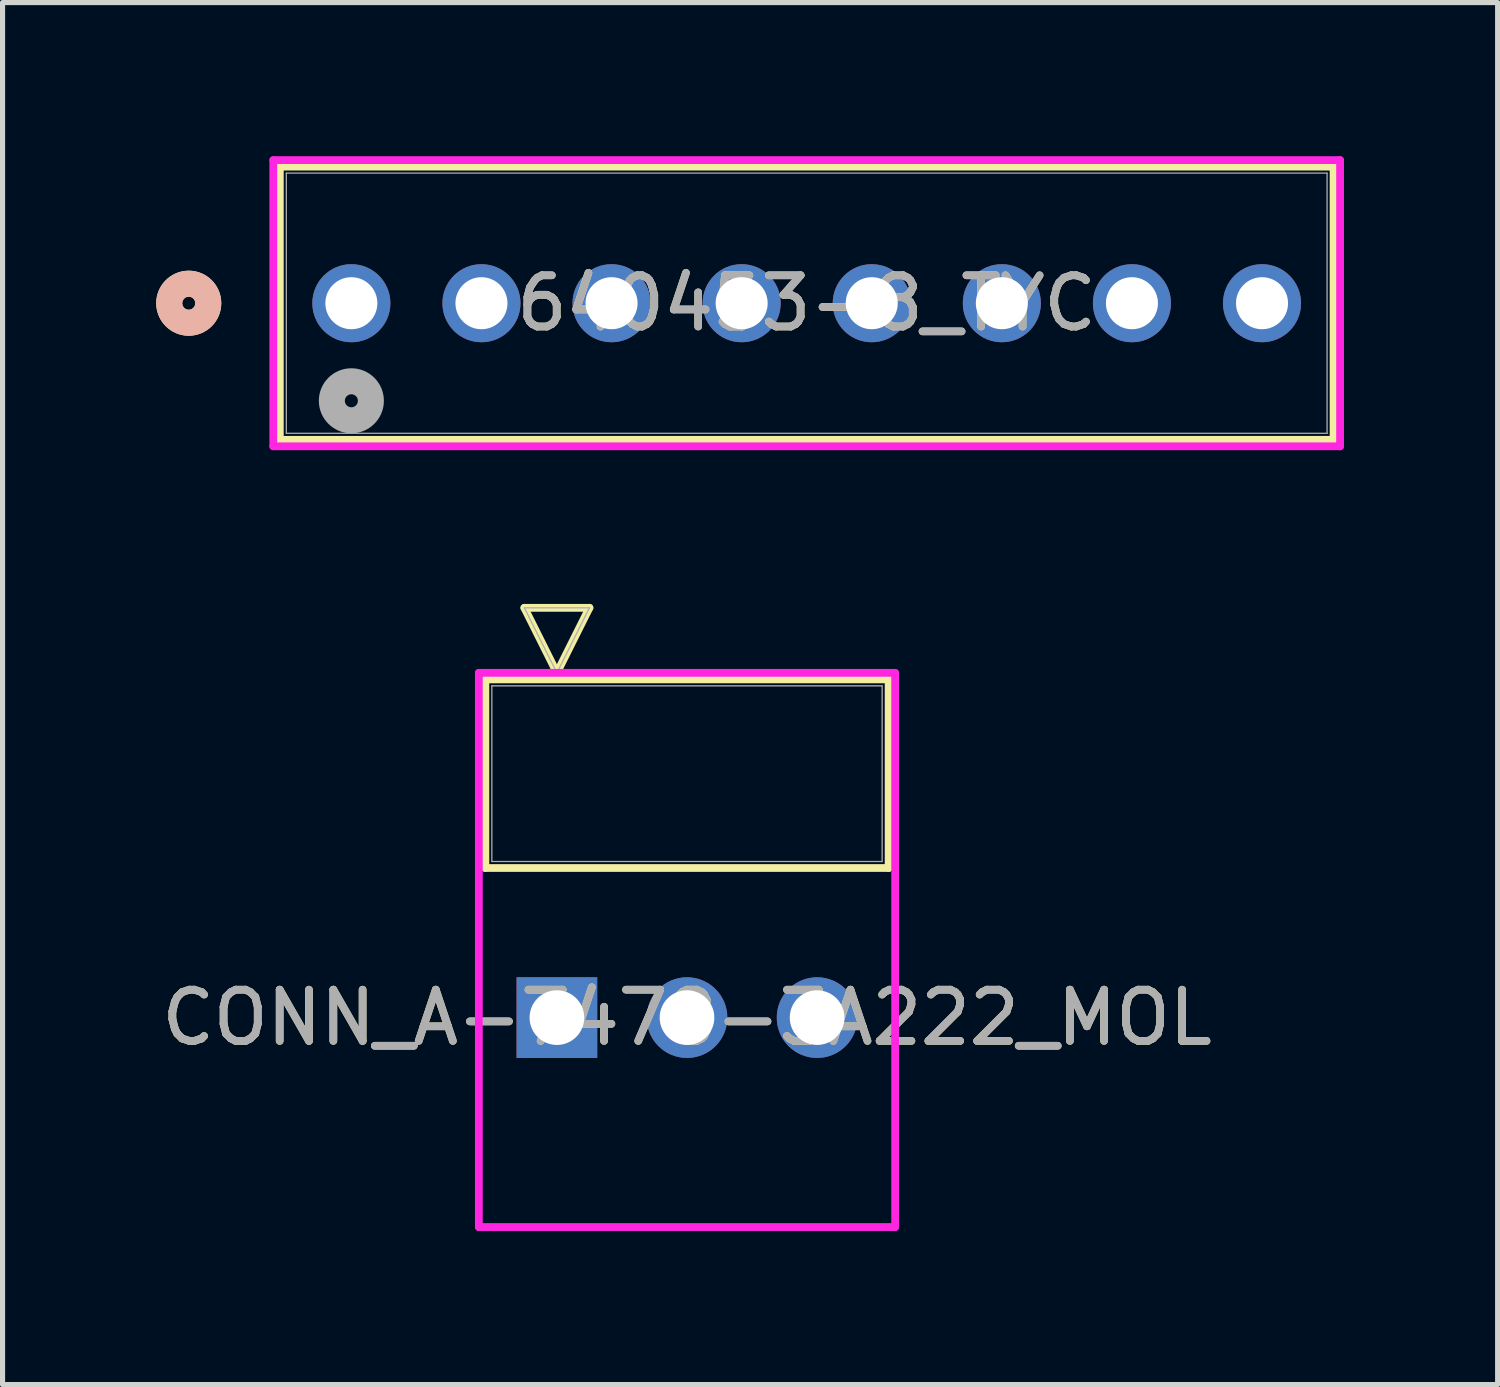
<source format=kicad_pcb>
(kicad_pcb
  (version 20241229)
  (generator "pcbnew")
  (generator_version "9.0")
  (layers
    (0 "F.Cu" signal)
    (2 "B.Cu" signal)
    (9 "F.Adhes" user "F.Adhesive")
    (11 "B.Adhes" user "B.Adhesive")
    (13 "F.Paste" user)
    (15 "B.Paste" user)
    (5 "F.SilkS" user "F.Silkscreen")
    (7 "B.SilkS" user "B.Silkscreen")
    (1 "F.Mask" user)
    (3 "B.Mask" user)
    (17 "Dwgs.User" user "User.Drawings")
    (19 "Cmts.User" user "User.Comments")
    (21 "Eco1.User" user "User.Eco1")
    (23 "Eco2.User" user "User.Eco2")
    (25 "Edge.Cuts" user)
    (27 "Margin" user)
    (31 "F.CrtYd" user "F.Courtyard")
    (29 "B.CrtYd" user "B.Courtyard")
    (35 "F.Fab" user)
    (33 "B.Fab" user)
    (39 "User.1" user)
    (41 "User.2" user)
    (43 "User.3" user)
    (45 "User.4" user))
  (footprint "CONN_A-7478-3A222_MOL"
    (layer "F.Cu")
    (at 7.823 16.818)
    (property "Reference" "CONN_A-7478-3A222_MOL" (at 2.54 0 0) (unlocked yes) (layer "F.SilkS") (effects (font (size 1 1) (thickness 0.15))))
    (attr through_hole)
    (fp_line (start -1.397 -6.604) (end -1.397 -2.921) (stroke (width 0.152) (type solid)) (layer "F.SilkS"))
    (fp_line (start -1.397 -2.921) (end 6.477 -2.921) (stroke (width 0.152) (type solid)) (layer "F.SilkS"))
    (fp_line (start -0.635 -8.001) (end 0.635 -8.001) (stroke (width 0.152) (type solid)) (layer "F.SilkS"))
    (fp_line (start 0 -6.731) (end -0.635 -8.001) (stroke (width 0.152) (type solid)) (layer "F.SilkS"))
    (fp_line (start 0.635 -8.001) (end 0 -6.731) (stroke (width 0.152) (type solid)) (layer "F.SilkS"))
    (fp_line (start 6.477 -6.604) (end -1.397 -6.604) (stroke (width 0.152) (type solid)) (layer "F.SilkS"))
    (fp_line (start 6.477 -2.921) (end 6.477 -6.604) (stroke (width 0.152) (type solid)) (layer "F.SilkS"))
    (fp_line (start -1.524 -6.731) (end -1.524 4.089) (stroke (width 0.152) (type solid)) (layer "F.CrtYd"))
    (fp_line (start -1.524 4.089) (end 6.604 4.089) (stroke (width 0.152) (type solid)) (layer "F.CrtYd"))
    (fp_line (start 6.604 -6.731) (end -1.524 -6.731) (stroke (width 0.152) (type solid)) (layer "F.CrtYd"))
    (fp_line (start 6.604 4.089) (end 6.604 -6.731) (stroke (width 0.152) (type solid)) (layer "F.CrtYd"))
    (fp_line (start -1.27 -6.477) (end -1.27 -3.048) (stroke (width 0.025) (type solid)) (layer "F.Fab"))
    (fp_line (start -1.27 -3.048) (end 6.35 -3.048) (stroke (width 0.025) (type solid)) (layer "F.Fab"))
    (fp_line (start -0.635 -8.001) (end 0.635 -8.001) (stroke (width 0.025) (type solid)) (layer "F.Fab"))
    (fp_line (start 0 -6.731) (end -0.635 -8.001) (stroke (width 0.025) (type solid)) (layer "F.Fab"))
    (fp_line (start 0.635 -8.001) (end 0 -6.731) (stroke (width 0.025) (type solid)) (layer "F.Fab"))
    (fp_line (start 6.35 -6.477) (end -1.27 -6.477) (stroke (width 0.025) (type solid)) (layer "F.Fab"))
    (fp_line (start 6.35 -3.048) (end 6.35 -6.477) (stroke (width 0.025) (type solid)) (layer "F.Fab"))
    (fp_text user "${REFERENCE}" (at 2.54 0 0) (unlocked yes) (layer "F.Fab") (effects (font (size 1 1) (thickness 0.15))))
    (pad "1" thru_hole rect (at 0 0) (size 1.575 1.575) (drill 1.067) (layers "*.Cu" "*.Mask"))
    (pad "2" thru_hole circle (at 2.54 0) (size 1.575 1.575) (drill 1.067) (layers "*.Cu" "*.Mask"))
    (pad "3" thru_hole circle (at 5.08 0) (size 1.575 1.575) (drill 1.067) (layers "*.Cu" "*.Mask")))
  (footprint "640453-8_TYC"
    (layer "F.Cu")
    (at 3.81 2.87)
    (property "Reference" "640453-8_TYC" (at 8.89 0 0) (unlocked yes) (layer "F.SilkS") (effects (font (size 1 1) (thickness 0.15))))
    (attr through_hole)
    (fp_line (start -1.397 -2.667) (end -1.397 2.667) (stroke (width 0.152) (type solid)) (layer "F.SilkS"))
    (fp_line (start -1.397 2.667) (end 19.177 2.667) (stroke (width 0.152) (type solid)) (layer "F.SilkS"))
    (fp_line (start 19.177 -2.667) (end -1.397 -2.667) (stroke (width 0.152) (type solid)) (layer "F.SilkS"))
    (fp_line (start 19.177 2.667) (end 19.177 -2.667) (stroke (width 0.152) (type solid)) (layer "F.SilkS"))
    (fp_circle (center -3.175 0) (end -2.794 0) (stroke (width 0.508) (type solid)) (fill no) (layer "F.SilkS"))
    (fp_circle (center -3.175 0) (end -2.794 0) (stroke (width 0.508) (type solid)) (fill no) (layer "B.SilkS"))
    (fp_line (start -1.524 -2.794) (end -1.524 2.794) (stroke (width 0.152) (type solid)) (layer "F.CrtYd"))
    (fp_line (start -1.524 2.794) (end 19.304 2.794) (stroke (width 0.152) (type solid)) (layer "F.CrtYd"))
    (fp_line (start 19.304 -2.794) (end -1.524 -2.794) (stroke (width 0.152) (type solid)) (layer "F.CrtYd"))
    (fp_line (start 19.304 2.794) (end 19.304 -2.794) (stroke (width 0.152) (type solid)) (layer "F.CrtYd"))
    (fp_line (start -1.27 -2.54) (end -1.27 2.54) (stroke (width 0.025) (type solid)) (layer "F.Fab"))
    (fp_line (start -1.27 2.54) (end 19.05 2.54) (stroke (width 0.025) (type solid)) (layer "F.Fab"))
    (fp_line (start 19.05 -2.54) (end -1.27 -2.54) (stroke (width 0.025) (type solid)) (layer "F.Fab"))
    (fp_line (start 19.05 2.54) (end 19.05 -2.54) (stroke (width 0.025) (type solid)) (layer "F.Fab"))
    (fp_circle (center 0 1.905) (end 0.381 1.905) (stroke (width 0.508) (type solid)) (fill no) (layer "F.Fab"))
    (fp_text user "${REFERENCE}" (at 8.89 0 0) (unlocked yes) (layer "F.Fab") (effects (font (size 1 1) (thickness 0.15))))
    (pad "1" thru_hole circle (at 0 0) (size 1.524 1.524) (drill 1.016) (layers "*.Cu" "*.Mask"))
    (pad "2" thru_hole circle (at 2.54 0) (size 1.524 1.524) (drill 1.016) (layers "*.Cu" "*.Mask"))
    (pad "3" thru_hole circle (at 5.08 0) (size 1.524 1.524) (drill 1.016) (layers "*.Cu" "*.Mask"))
    (pad "4" thru_hole circle (at 7.62 0) (size 1.524 1.524) (drill 1.016) (layers "*.Cu" "*.Mask"))
    (pad "5" thru_hole circle (at 10.16 0) (size 1.524 1.524) (drill 1.016) (layers "*.Cu" "*.Mask"))
    (pad "6" thru_hole circle (at 12.7 0) (size 1.524 1.524) (drill 1.016) (layers "*.Cu" "*.Mask"))
    (pad "7" thru_hole circle (at 15.24 0) (size 1.524 1.524) (drill 1.016) (layers "*.Cu" "*.Mask"))
    (pad "8" thru_hole circle (at 17.78 0) (size 1.524 1.524) (drill 1.016) (layers "*.Cu" "*.Mask")))
  (gr_rect
    (start -3 -3)
    (end 26.19 23.983)
    (stroke (width 0.1) (type default))
    (fill no)
    (layer "Edge.Cuts")))
</source>
